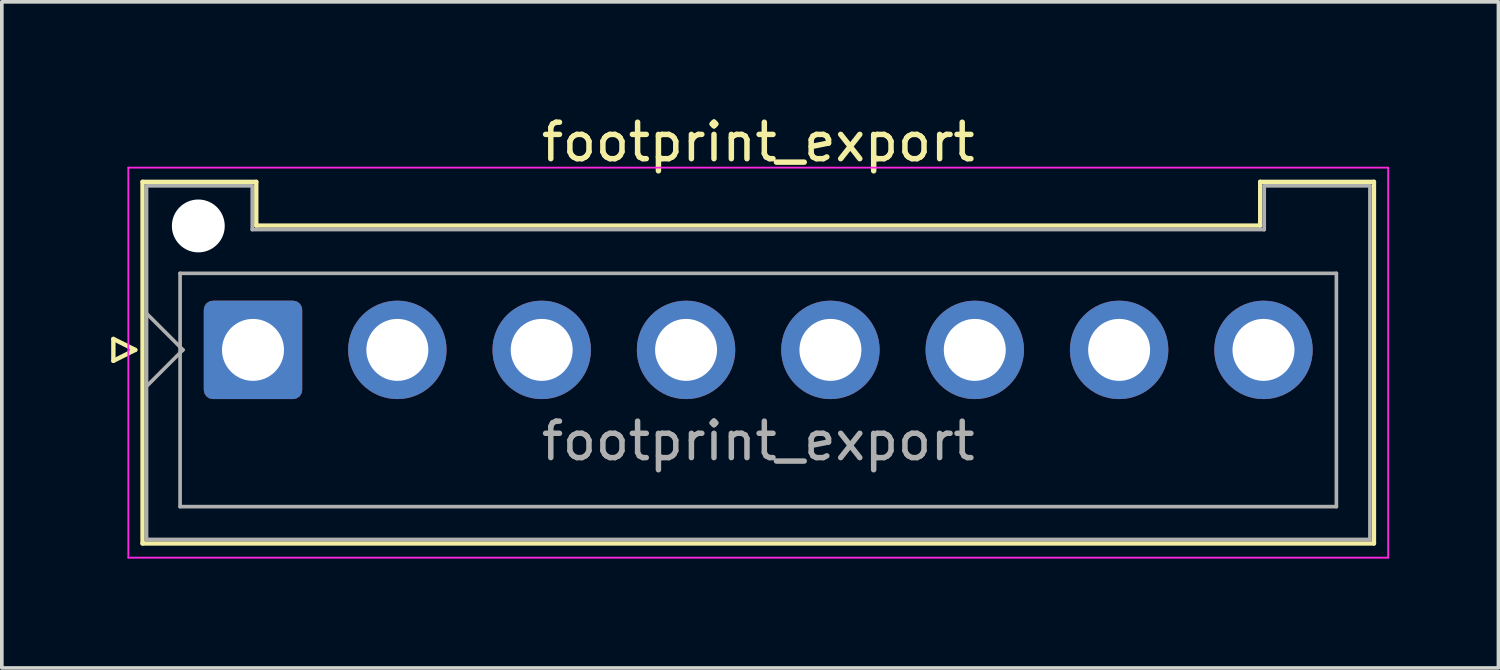
<source format=kicad_pcb>
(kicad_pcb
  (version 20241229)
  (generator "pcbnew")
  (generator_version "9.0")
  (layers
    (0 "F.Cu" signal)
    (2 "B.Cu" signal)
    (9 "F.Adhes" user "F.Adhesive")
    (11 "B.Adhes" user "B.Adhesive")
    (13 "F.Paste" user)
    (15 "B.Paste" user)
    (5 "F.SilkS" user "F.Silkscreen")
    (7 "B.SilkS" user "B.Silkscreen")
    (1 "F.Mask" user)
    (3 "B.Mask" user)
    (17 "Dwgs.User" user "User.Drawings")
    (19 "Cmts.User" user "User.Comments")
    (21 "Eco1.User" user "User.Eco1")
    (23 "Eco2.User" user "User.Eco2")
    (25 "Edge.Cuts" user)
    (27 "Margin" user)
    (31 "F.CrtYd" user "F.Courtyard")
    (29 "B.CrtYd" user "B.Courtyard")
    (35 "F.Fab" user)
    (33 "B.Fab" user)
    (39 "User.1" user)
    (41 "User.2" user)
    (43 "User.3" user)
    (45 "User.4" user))
  (footprint "footprint_export"
    (layer "F.Cu")
    (at 3.89 6.548)
    (property "Reference" "footprint_export" (at 13.86 -5.7 0) (layer "F.SilkS") (effects (font (size 1 1) (thickness 0.15))))
    (attr through_hole)
    (fp_line (start -3.83 -0.3) (end -3.23 0) (stroke (width 0.12) (type solid)) (layer "F.SilkS"))
    (fp_line (start -3.83 0.3) (end -3.83 -0.3) (stroke (width 0.12) (type solid)) (layer "F.SilkS"))
    (fp_line (start -3.23 0) (end -3.83 0.3) (stroke (width 0.12) (type solid)) (layer "F.SilkS"))
    (fp_line (start -3.03 -4.61) (end 0.09 -4.61) (stroke (width 0.12) (type solid)) (layer "F.SilkS"))
    (fp_line (start -3.03 5.31) (end -3.03 -4.61) (stroke (width 0.12) (type solid)) (layer "F.SilkS"))
    (fp_line (start 0.09 -4.61) (end 0.09 -3.41) (stroke (width 0.12) (type solid)) (layer "F.SilkS"))
    (fp_line (start 0.09 -3.41) (end 27.63 -3.41) (stroke (width 0.12) (type solid)) (layer "F.SilkS"))
    (fp_line (start 27.63 -4.61) (end 30.75 -4.61) (stroke (width 0.12) (type solid)) (layer "F.SilkS"))
    (fp_line (start 27.63 -3.41) (end 27.63 -4.61) (stroke (width 0.12) (type solid)) (layer "F.SilkS"))
    (fp_line (start 30.75 -4.61) (end 30.75 5.31) (stroke (width 0.12) (type solid)) (layer "F.SilkS"))
    (fp_line (start 30.75 5.31) (end -3.03 5.31) (stroke (width 0.12) (type solid)) (layer "F.SilkS"))
    (fp_line (start -3.42 -5) (end -3.42 5.7) (stroke (width 0.05) (type solid)) (layer "F.CrtYd"))
    (fp_line (start -3.42 5.7) (end 31.14 5.7) (stroke (width 0.05) (type solid)) (layer "F.CrtYd"))
    (fp_line (start 31.14 -5) (end -3.42 -5) (stroke (width 0.05) (type solid)) (layer "F.CrtYd"))
    (fp_line (start 31.14 5.7) (end 31.14 -5) (stroke (width 0.05) (type solid)) (layer "F.CrtYd"))
    (fp_line (start -2.92 -4.5) (end -0.02 -4.5) (stroke (width 0.1) (type solid)) (layer "F.Fab"))
    (fp_line (start -2.92 -1) (end -1.92 0) (stroke (width 0.1) (type solid)) (layer "F.Fab"))
    (fp_line (start -2.92 1) (end -1.92 0) (stroke (width 0.1) (type solid)) (layer "F.Fab"))
    (fp_line (start -2.92 5.2) (end -2.92 -4.5) (stroke (width 0.1) (type solid)) (layer "F.Fab"))
    (fp_line (start -2 -2.1) (end 29.72 -2.1) (stroke (width 0.1) (type solid)) (layer "F.Fab"))
    (fp_line (start -2 4.3) (end -2 -2.1) (stroke (width 0.1) (type solid)) (layer "F.Fab"))
    (fp_line (start -0.02 -4.5) (end -0.02 -3.3) (stroke (width 0.1) (type solid)) (layer "F.Fab"))
    (fp_line (start -0.02 -3.3) (end 27.74 -3.3) (stroke (width 0.1) (type solid)) (layer "F.Fab"))
    (fp_line (start 27.74 -4.5) (end 30.64 -4.5) (stroke (width 0.1) (type solid)) (layer "F.Fab"))
    (fp_line (start 27.74 -3.3) (end 27.74 -4.5) (stroke (width 0.1) (type solid)) (layer "F.Fab"))
    (fp_line (start 29.72 -2.1) (end 29.72 4.3) (stroke (width 0.1) (type solid)) (layer "F.Fab"))
    (fp_line (start 29.72 4.3) (end -2 4.3) (stroke (width 0.1) (type solid)) (layer "F.Fab"))
    (fp_line (start 30.64 -4.5) (end 30.64 5.2) (stroke (width 0.1) (type solid)) (layer "F.Fab"))
    (fp_line (start 30.64 5.2) (end -2.92 5.2) (stroke (width 0.1) (type solid)) (layer "F.Fab"))
    (fp_text user "${REFERENCE}" (at 13.86 2.5 0) (layer "F.Fab") (effects (font (size 1 1) (thickness 0.15))))
    (pad "" np_thru_hole circle (at -1.5 -3.4) (size 1.45 1.45) (drill 1.45) (layers "*.Cu" "*.Mask"))
    (pad "1" thru_hole roundrect (at 0 0) (size 2.7 2.7) (drill 1.7) (layers "*.Cu" "*.Mask") (roundrect_rratio 0.093))
    (pad "2" thru_hole circle (at 3.96 0) (size 2.7 2.7) (drill 1.7) (layers "*.Cu" "*.Mask"))
    (pad "3" thru_hole circle (at 7.92 0) (size 2.7 2.7) (drill 1.7) (layers "*.Cu" "*.Mask"))
    (pad "4" thru_hole circle (at 11.88 0) (size 2.7 2.7) (drill 1.7) (layers "*.Cu" "*.Mask"))
    (pad "5" thru_hole circle (at 15.84 0) (size 2.7 2.7) (drill 1.7) (layers "*.Cu" "*.Mask"))
    (pad "6" thru_hole circle (at 19.8 0) (size 2.7 2.7) (drill 1.7) (layers "*.Cu" "*.Mask"))
    (pad "7" thru_hole circle (at 23.76 0) (size 2.7 2.7) (drill 1.7) (layers "*.Cu" "*.Mask"))
    (pad "8" thru_hole circle (at 27.72 0) (size 2.7 2.7) (drill 1.7) (layers "*.Cu" "*.Mask")))
  (gr_rect
    (start -3 -3)
    (end 38.055 15.273)
    (stroke (width 0.1) (type default))
    (fill no)
    (layer "Edge.Cuts")))
</source>
